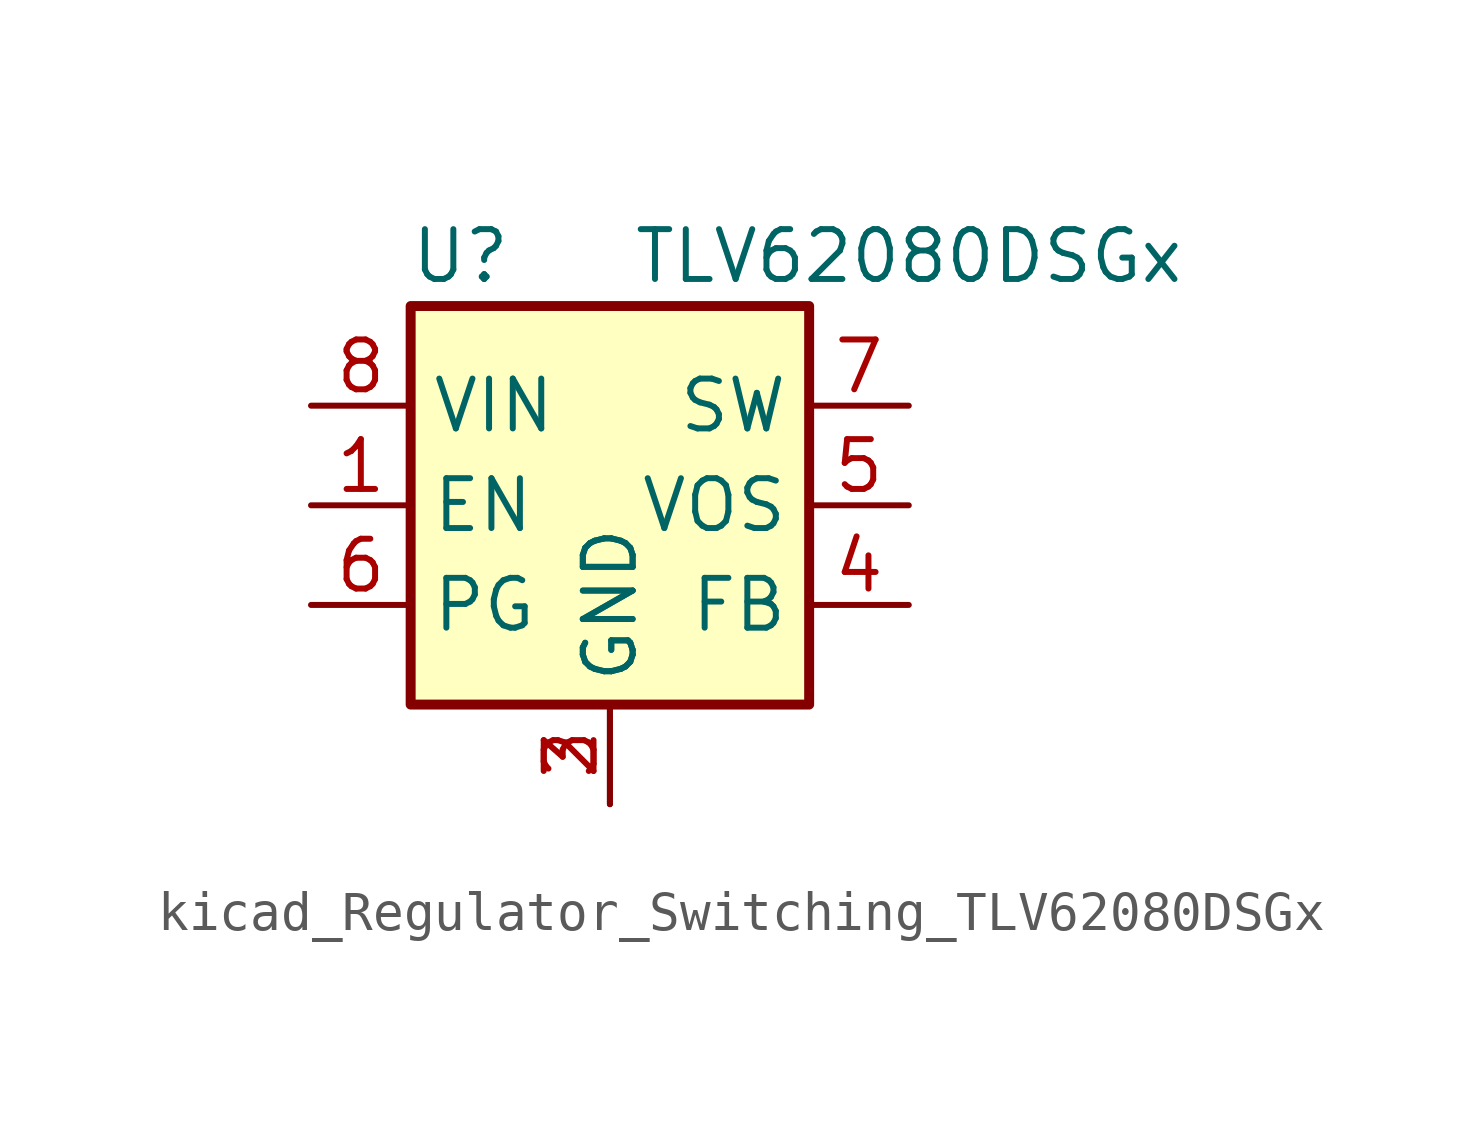
<source format=kicad_sym>
(kicad_symbol_lib
  (version 20220914)
  (generator kicad_symbol_editor)
  (symbol "kicad_Regulator_Switching_TLV62080DSGx"
    (property "Reference" "U"
      (at -3.81 6.35 0)
      (effects (font (size 1.27 1.27))))
    (property "Value" "TLV62080DSGx"
      (at 7.62 6.35 0)
      (effects (font (size 1.27 1.27))))
    (symbol "kicad_Regulator_Switching_TLV62080DSGx_0_1"
      (rectangle (start -5.08 -5.08) (end 5.08 5.08) (stroke (width 0.254) (type default)) (fill (type background)))
      (pin input line (at -7.62 0 0) (length 2.54) (name "EN" (effects (font (size 1.27 1.27)))) (number "1" (effects (font (size 1.27 1.27)))))
      (pin power_in line (at 0 -7.62 90) (length 2.54) (name "GND" (effects (font (size 1.27 1.27)))) (number "2" (effects (font (size 1.27 1.27)))))
      (pin power_in line (at 0 -7.62 90) (length 2.54) (name "GND" (effects (font (size 1.27 1.27)))) (number "3" (effects (font (size 1.27 1.27)))))
      (pin input line (at 7.62 -2.54 180) (length 2.54) (name "FB" (effects (font (size 1.27 1.27)))) (number "4" (effects (font (size 1.27 1.27)))))
      (pin input line (at 7.62 0 180) (length 2.54) (name "VOS" (effects (font (size 1.27 1.27)))) (number "5" (effects (font (size 1.27 1.27)))))
      (pin open_collector line (at -7.62 -2.54 0) (length 2.54) (name "PG" (effects (font (size 1.27 1.27)))) (number "6" (effects (font (size 1.27 1.27)))))
      (pin power_out line (at 7.62 2.54 180) (length 2.54) (name "SW" (effects (font (size 1.27 1.27)))) (number "7" (effects (font (size 1.27 1.27)))))
      (pin power_in line (at -7.62 2.54 0) (length 2.54) (name "VIN" (effects (font (size 1.27 1.27)))) (number "8" (effects (font (size 1.27 1.27)))))
      (pin passive line (at 0 -7.62 90) (length 2.54) hide (name "GND" (effects (font (size 1.27 1.27)))) (number "9" (effects (font (size 1.27 1.27))))))))
</source>
